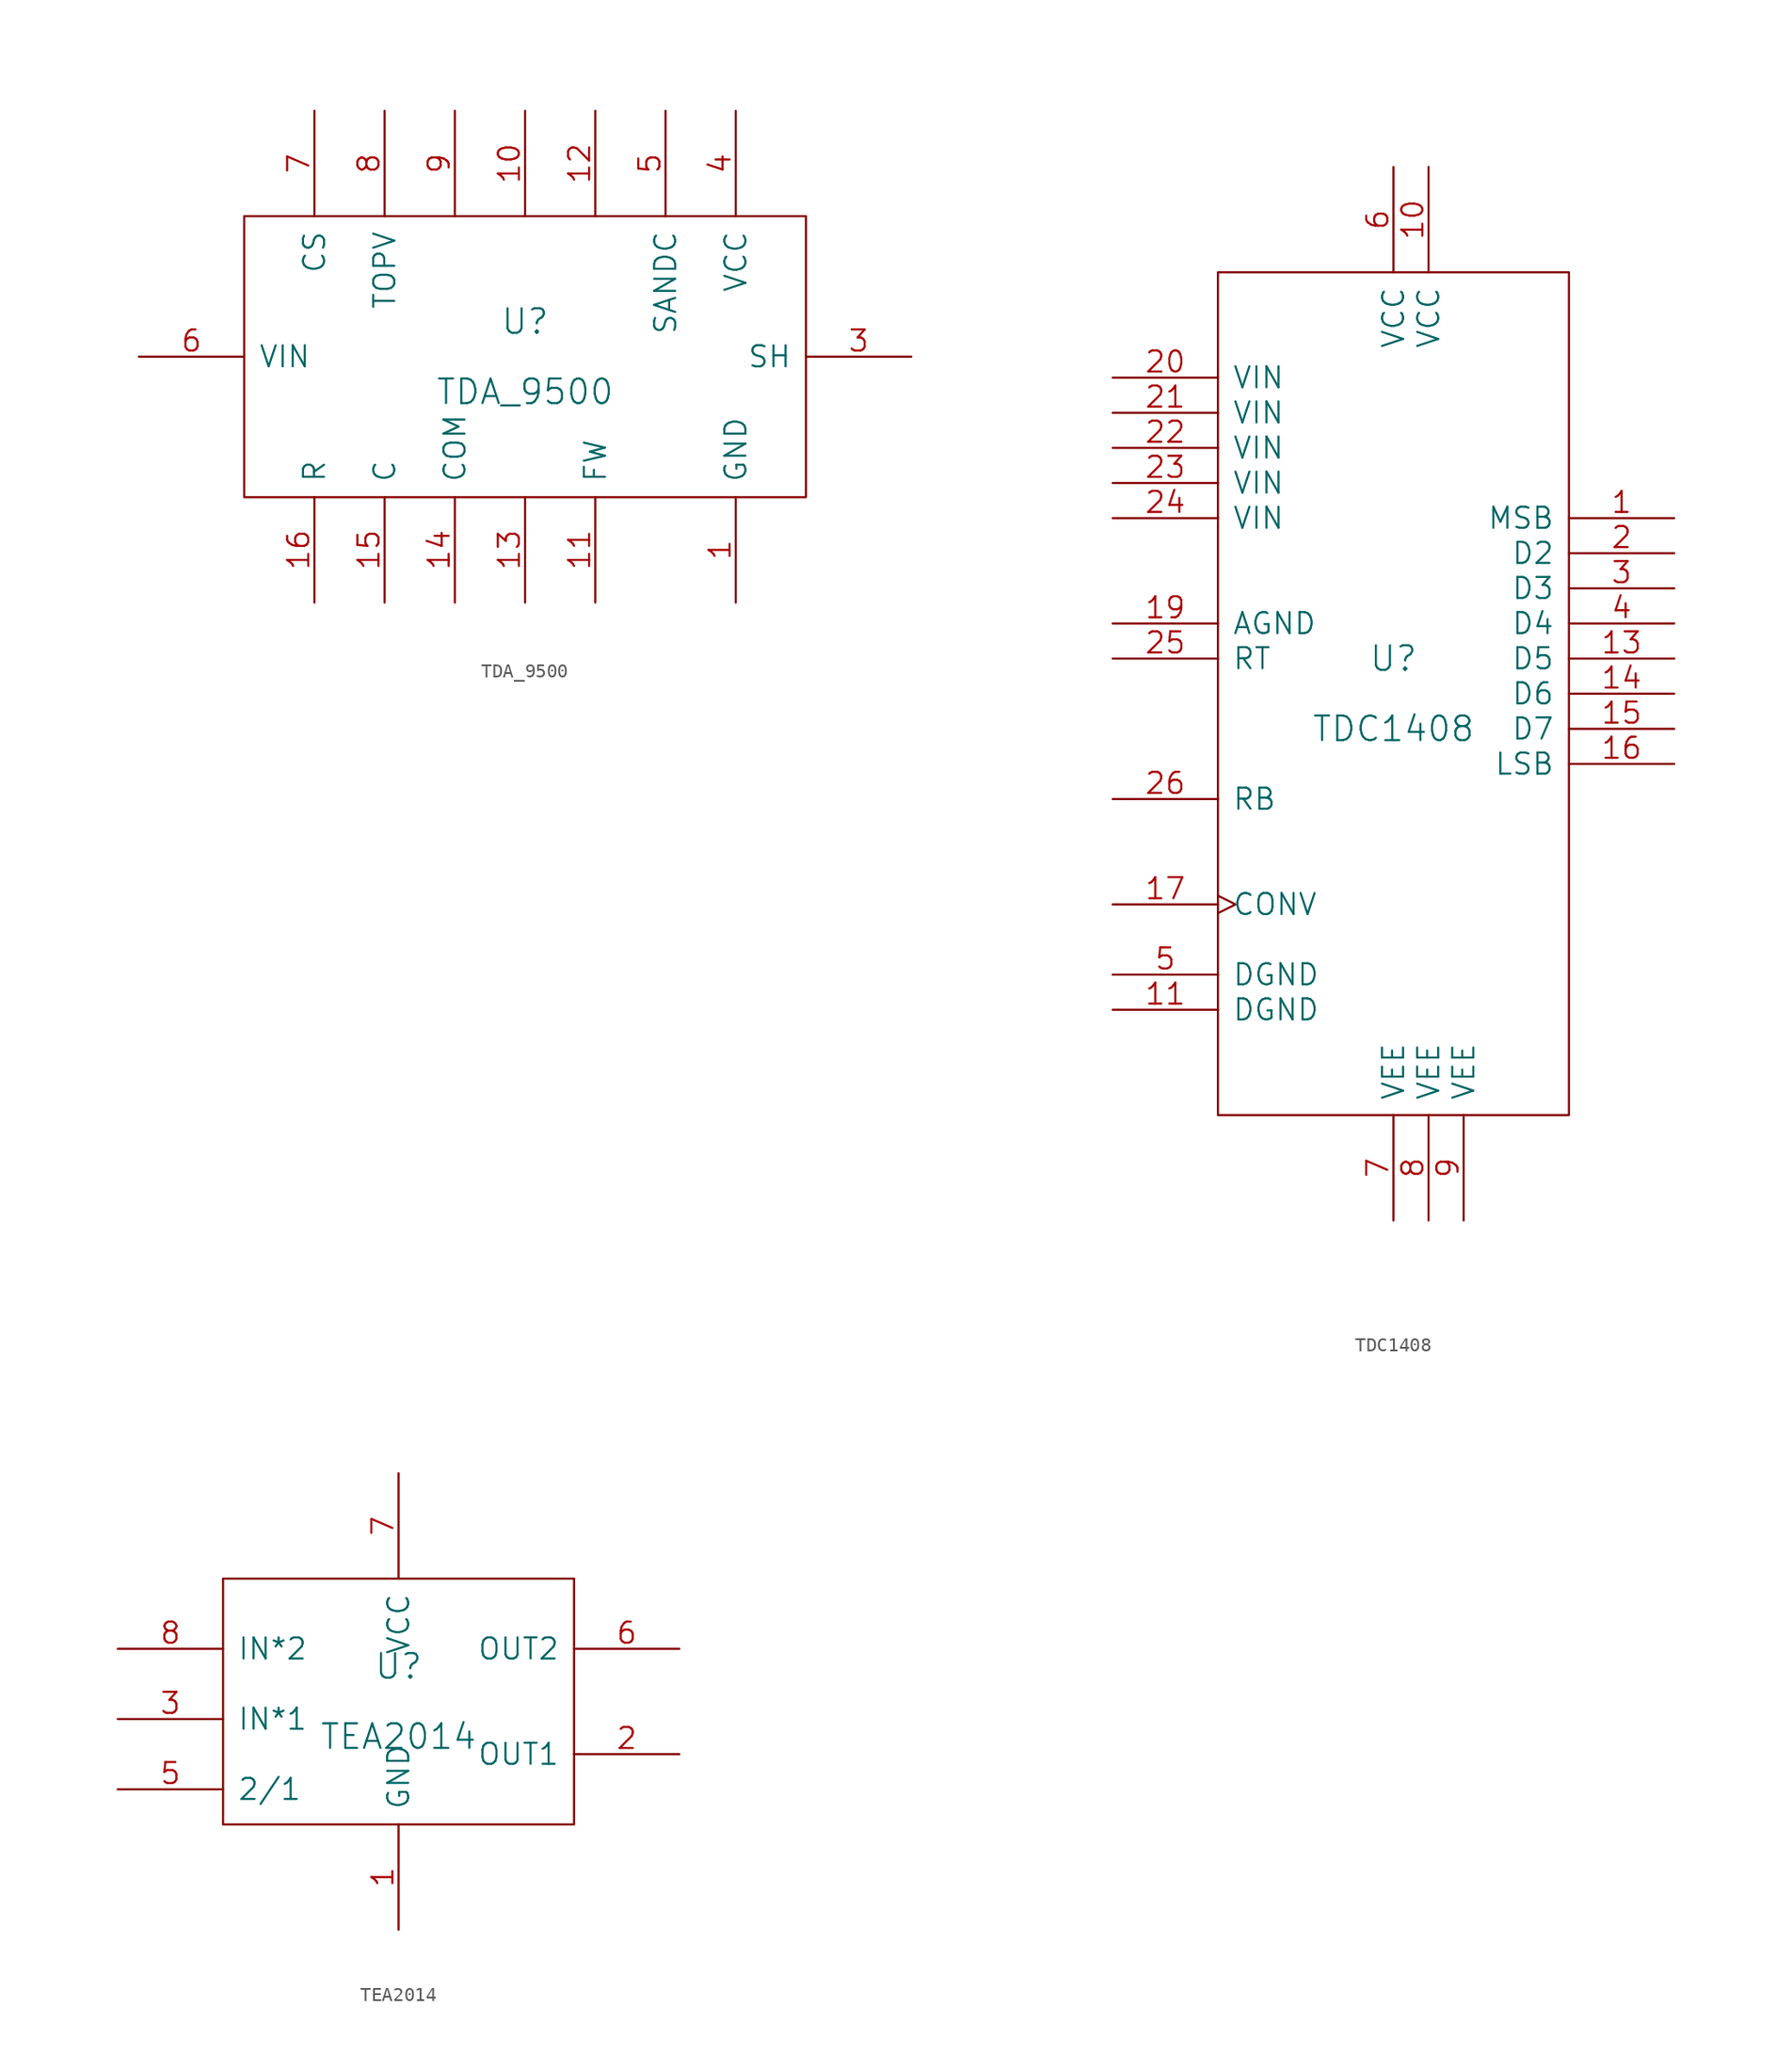
<source format=kicad_sym>
(kicad_symbol_lib
  (version 20211014)
  (generator kicad_symbol_editor)
  (symbol "TDA_9500"
    (pin_names
      (offset 1.016))
    (property "Reference" "U"
      (at 0 2.54 0)
      (effects (font (size 1.778 1.778))))
    (property "Value" "TDA_9500"
      (at 0 -2.54 0)
      (effects (font (size 1.778 1.778))))
    (property "Footprint" ""
      (at 0 0 0)
      (effects (font (size 1.524 1.524))))
    (property "Datasheet" ""
      (at 0 0 0)
      (effects (font (size 1.524 1.524))))
    (symbol "TDA_9500_0_1"
      (rectangle (start -20.32 -10.16) (end 20.32 10.16) (stroke (width 0) (type default) (color 0 0 0 0)) (fill (type none))))
    (symbol "TDA_9500_1_1"
      (pin input line (at 15.24 -17.78 90) (length 7.62) (name "GND" (effects (font (size 1.524 1.524)))) (number "1" (effects (font (size 1.524 1.524)))))
      (pin passive line (at 0 17.78 270) (length 7.62) (name "~" (effects (font (size 1.524 1.524)))) (number "10" (effects (font (size 1.524 1.524)))))
      (pin input line (at 5.08 -17.78 90) (length 7.62) (name "FW" (effects (font (size 1.524 1.524)))) (number "11" (effects (font (size 1.524 1.524)))))
      (pin passive line (at 5.08 17.78 270) (length 7.62) (name "~" (effects (font (size 1.524 1.524)))) (number "12" (effects (font (size 1.524 1.524)))))
      (pin passive line (at 0 -17.78 90) (length 7.62) (name "~" (effects (font (size 1.524 1.524)))) (number "13" (effects (font (size 1.524 1.524)))))
      (pin passive line (at -5.08 -17.78 90) (length 7.62) (name "COM" (effects (font (size 1.524 1.524)))) (number "14" (effects (font (size 1.524 1.524)))))
      (pin input line (at -10.16 -17.78 90) (length 7.62) (name "C" (effects (font (size 1.524 1.524)))) (number "15" (effects (font (size 1.524 1.524)))))
      (pin input line (at -15.24 -17.78 90) (length 7.62) (name "R" (effects (font (size 1.524 1.524)))) (number "16" (effects (font (size 1.524 1.524)))))
      (pin output line (at 27.94 0 180) (length 7.62) (name "SH" (effects (font (size 1.524 1.524)))) (number "3" (effects (font (size 1.524 1.524)))))
      (pin input line (at 15.24 17.78 270) (length 7.62) (name "VCC" (effects (font (size 1.524 1.524)))) (number "4" (effects (font (size 1.524 1.524)))))
      (pin output line (at 10.16 17.78 270) (length 7.62) (name "SANDC" (effects (font (size 1.524 1.524)))) (number "5" (effects (font (size 1.524 1.524)))))
      (pin input line (at -27.94 0 0) (length 7.62) (name "VIN" (effects (font (size 1.524 1.524)))) (number "6" (effects (font (size 1.524 1.524)))))
      (pin output line (at -15.24 17.78 270) (length 7.62) (name "CS" (effects (font (size 1.524 1.524)))) (number "7" (effects (font (size 1.524 1.524)))))
      (pin output line (at -10.16 17.78 270) (length 7.62) (name "TOPV" (effects (font (size 1.524 1.524)))) (number "8" (effects (font (size 1.524 1.524)))))
      (pin passive line (at -5.08 17.78 270) (length 7.62) (name "~" (effects (font (size 1.524 1.524)))) (number "9" (effects (font (size 1.524 1.524)))))))
  (symbol "TDC1408"
    (pin_names
      (offset 1.016))
    (property "Reference" "U"
      (at 0 2.54 0)
      (effects (font (size 1.778 1.778))))
    (property "Value" "TDC1408"
      (at 0 -2.54 0)
      (effects (font (size 1.778 1.778))))
    (property "Footprint" ""
      (at 0 0 0)
      (effects (font (size 1.524 1.524))))
    (property "Datasheet" ""
      (at 0 0 0)
      (effects (font (size 1.524 1.524))))
    (symbol "TDC1408_0_1"
      (rectangle (start -12.7 -30.48) (end 12.7 30.48) (stroke (width 0) (type default) (color 0 0 0 0)) (fill (type none))))
    (symbol "TDC1408_1_1"
      (pin output line (at 20.32 12.7 180) (length 7.62) (name "MSB" (effects (font (size 1.524 1.524)))) (number "1" (effects (font (size 1.524 1.524)))))
      (pin input line (at 2.54 38.1 270) (length 7.62) (name "VCC" (effects (font (size 1.524 1.524)))) (number "10" (effects (font (size 1.524 1.524)))))
      (pin input line (at -20.32 -22.86 0) (length 7.62) (name "DGND" (effects (font (size 1.524 1.524)))) (number "11" (effects (font (size 1.524 1.524)))))
      (pin output line (at 20.32 2.54 180) (length 7.62) (name "D5" (effects (font (size 1.524 1.524)))) (number "13" (effects (font (size 1.524 1.524)))))
      (pin output line (at 20.32 0 180) (length 7.62) (name "D6" (effects (font (size 1.524 1.524)))) (number "14" (effects (font (size 1.524 1.524)))))
      (pin output line (at 20.32 -2.54 180) (length 7.62) (name "D7" (effects (font (size 1.524 1.524)))) (number "15" (effects (font (size 1.524 1.524)))))
      (pin output line (at 20.32 -5.08 180) (length 7.62) (name "LSB" (effects (font (size 1.524 1.524)))) (number "16" (effects (font (size 1.524 1.524)))))
      (pin input clock (at -20.32 -15.24 0) (length 7.62) (name "CONV" (effects (font (size 1.524 1.524)))) (number "17" (effects (font (size 1.524 1.524)))))
      (pin input line (at -20.32 5.08 0) (length 7.62) (name "AGND" (effects (font (size 1.524 1.524)))) (number "19" (effects (font (size 1.524 1.524)))))
      (pin output line (at 20.32 10.16 180) (length 7.62) (name "D2" (effects (font (size 1.524 1.524)))) (number "2" (effects (font (size 1.524 1.524)))))
      (pin input line (at -20.32 22.86 0) (length 7.62) (name "VIN" (effects (font (size 1.524 1.524)))) (number "20" (effects (font (size 1.524 1.524)))))
      (pin input line (at -20.32 20.32 0) (length 7.62) (name "VIN" (effects (font (size 1.524 1.524)))) (number "21" (effects (font (size 1.524 1.524)))))
      (pin input line (at -20.32 17.78 0) (length 7.62) (name "VIN" (effects (font (size 1.524 1.524)))) (number "22" (effects (font (size 1.524 1.524)))))
      (pin input line (at -20.32 15.24 0) (length 7.62) (name "VIN" (effects (font (size 1.524 1.524)))) (number "23" (effects (font (size 1.524 1.524)))))
      (pin input line (at -20.32 12.7 0) (length 7.62) (name "VIN" (effects (font (size 1.524 1.524)))) (number "24" (effects (font (size 1.524 1.524)))))
      (pin input line (at -20.32 2.54 0) (length 7.62) (name "RT" (effects (font (size 1.524 1.524)))) (number "25" (effects (font (size 1.524 1.524)))))
      (pin input line (at -20.32 -7.62 0) (length 7.62) (name "RB" (effects (font (size 1.524 1.524)))) (number "26" (effects (font (size 1.524 1.524)))))
      (pin output line (at 20.32 7.62 180) (length 7.62) (name "D3" (effects (font (size 1.524 1.524)))) (number "3" (effects (font (size 1.524 1.524)))))
      (pin output line (at 20.32 5.08 180) (length 7.62) (name "D4" (effects (font (size 1.524 1.524)))) (number "4" (effects (font (size 1.524 1.524)))))
      (pin input line (at -20.32 -20.32 0) (length 7.62) (name "DGND" (effects (font (size 1.524 1.524)))) (number "5" (effects (font (size 1.524 1.524)))))
      (pin input line (at 0 38.1 270) (length 7.62) (name "VCC" (effects (font (size 1.524 1.524)))) (number "6" (effects (font (size 1.524 1.524)))))
      (pin input line (at 0 -38.1 90) (length 7.62) (name "VEE" (effects (font (size 1.524 1.524)))) (number "7" (effects (font (size 1.524 1.524)))))
      (pin input line (at 2.54 -38.1 90) (length 7.62) (name "VEE" (effects (font (size 1.524 1.524)))) (number "8" (effects (font (size 1.524 1.524)))))
      (pin input line (at 5.08 -38.1 90) (length 7.62) (name "VEE" (effects (font (size 1.524 1.524)))) (number "9" (effects (font (size 1.524 1.524)))))))
  (symbol "TEA2014"
    (pin_names
      (offset 1.016))
    (property "Reference" "U"
      (at 0 2.54 0)
      (effects (font (size 1.778 1.778))))
    (property "Value" "TEA2014"
      (at 0 -2.54 0)
      (effects (font (size 1.778 1.778))))
    (property "Footprint" ""
      (at 0 0 0)
      (effects (font (size 1.524 1.524))))
    (property "Datasheet" ""
      (at 0 0 0)
      (effects (font (size 1.524 1.524))))
    (symbol "TEA2014_0_1"
      (rectangle (start -12.7 -8.89) (end 12.7 8.89) (stroke (width 0) (type default) (color 0 0 0 0)) (fill (type none))))
    (symbol "TEA2014_1_1"
      (pin input line (at 0 -16.51 90) (length 7.62) (name "GND" (effects (font (size 1.524 1.524)))) (number "1" (effects (font (size 1.524 1.524)))))
      (pin output line (at 20.32 -3.81 180) (length 7.62) (name "OUT1" (effects (font (size 1.524 1.524)))) (number "2" (effects (font (size 1.524 1.524)))))
      (pin input line (at -20.32 -1.27 0) (length 7.62) (name "IN*1" (effects (font (size 1.524 1.524)))) (number "3" (effects (font (size 1.524 1.524)))))
      (pin input line (at -20.32 -6.35 0) (length 7.62) (name "2/1" (effects (font (size 1.524 1.524)))) (number "5" (effects (font (size 1.524 1.524)))))
      (pin output line (at 20.32 3.81 180) (length 7.62) (name "OUT2" (effects (font (size 1.524 1.524)))) (number "6" (effects (font (size 1.524 1.524)))))
      (pin input line (at 0 16.51 270) (length 7.62) (name "VCC" (effects (font (size 1.524 1.524)))) (number "7" (effects (font (size 1.524 1.524)))))
      (pin input line (at -20.32 3.81 0) (length 7.62) (name "IN*2" (effects (font (size 1.524 1.524)))) (number "8" (effects (font (size 1.524 1.524))))))))
</source>
